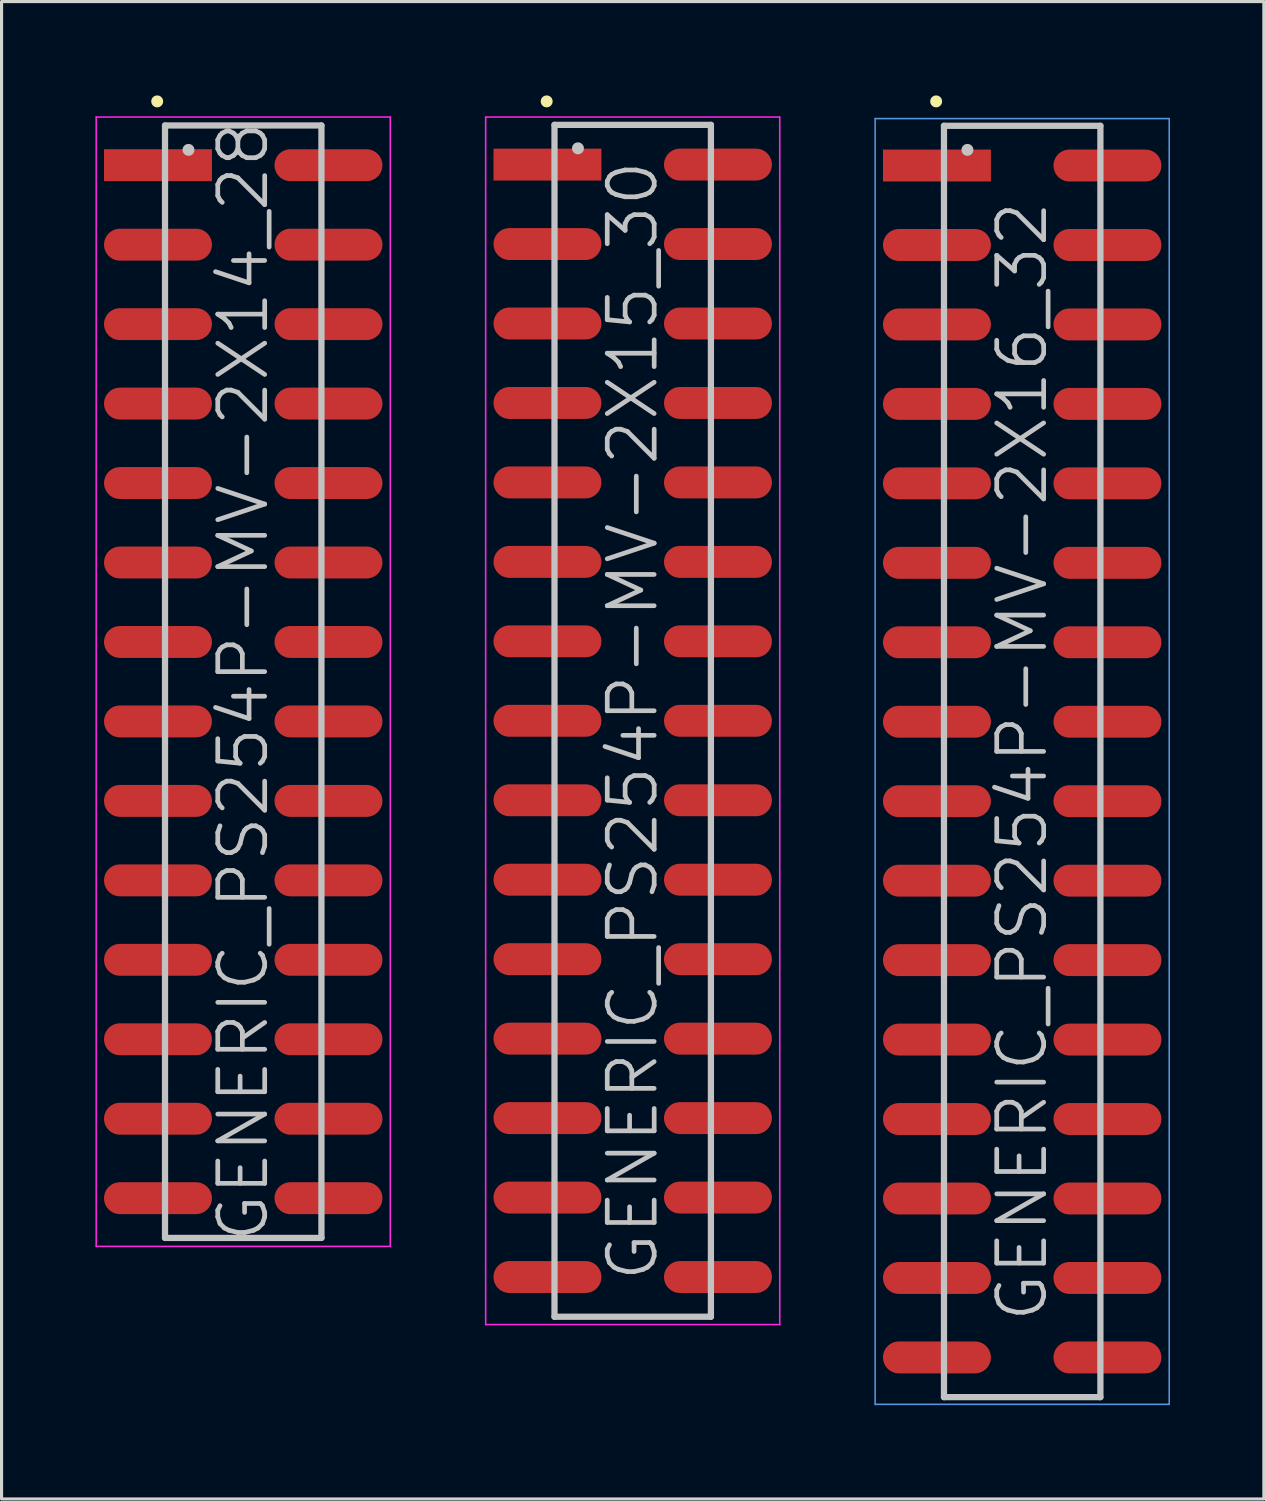
<source format=kicad_pcb>
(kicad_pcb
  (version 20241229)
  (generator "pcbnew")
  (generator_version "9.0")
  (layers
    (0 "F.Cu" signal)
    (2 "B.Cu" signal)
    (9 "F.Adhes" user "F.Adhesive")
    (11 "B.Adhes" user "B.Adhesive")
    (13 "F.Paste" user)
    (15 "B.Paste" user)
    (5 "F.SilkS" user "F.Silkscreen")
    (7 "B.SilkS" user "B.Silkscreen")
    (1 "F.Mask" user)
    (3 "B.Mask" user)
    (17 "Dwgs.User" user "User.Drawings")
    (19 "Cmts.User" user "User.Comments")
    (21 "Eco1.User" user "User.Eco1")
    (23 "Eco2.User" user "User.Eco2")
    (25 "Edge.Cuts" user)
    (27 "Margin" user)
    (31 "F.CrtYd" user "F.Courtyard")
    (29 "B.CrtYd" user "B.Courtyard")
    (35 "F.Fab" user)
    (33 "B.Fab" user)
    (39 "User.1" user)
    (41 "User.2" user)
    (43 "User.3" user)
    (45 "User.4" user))
  (footprint "GENERIC_PS254P-MV-2X16_32"
    (layer "F.Cu")
    (at 29.625 21.291)
    (property "Reference" "GENERIC_PS254P-MV-2X16_32" (at 0 0 90) (layer "Dwgs.User") (effects (font (size 1.5 1.5) (thickness 0.15))))
    (attr smd)
    (fp_line (start -2.75 -21.1) (end -2.75 -21.1) (stroke (width 0.381) (type solid)) (layer "F.SilkS"))
    (fp_line (start -2.5 -20.32) (end -2.5 20.32) (stroke (width 0.2) (type solid)) (layer "Dwgs.User"))
    (fp_line (start -2.5 -20.32) (end 2.5 -20.32) (stroke (width 0.2) (type solid)) (layer "Dwgs.User"))
    (fp_line (start -2.5 20.32) (end 2.5 20.32) (stroke (width 0.2) (type solid)) (layer "Dwgs.User"))
    (fp_line (start -1.75 -19.55) (end -1.75 -19.55) (stroke (width 0.381) (type solid)) (layer "Dwgs.User"))
    (fp_line (start 2.5 -20.32) (end 2.5 20.32) (stroke (width 0.2) (type solid)) (layer "Dwgs.User"))
    (fp_line (start -4.7 -20.55) (end -4.7 20.55) (stroke (width 0.05) (type solid)) (layer "Cmts.User"))
    (fp_line (start -4.7 -20.55) (end 4.7 -20.55) (stroke (width 0.05) (type solid)) (layer "Cmts.User"))
    (fp_line (start -4.7 20.55) (end 4.7 20.55) (stroke (width 0.05) (type solid)) (layer "Cmts.User"))
    (fp_line (start 4.7 -20.55) (end 4.7 20.55) (stroke (width 0.05) (type solid)) (layer "Cmts.User"))
    (pad "1" smd rect (at -2.725 -19.05 270) (size 1.02 3.45) (layers "F.Cu" "F.Mask" "F.Paste"))
    (pad "2" smd oval (at 2.725 -19.05 270) (size 1.02 3.45) (layers "F.Cu" "F.Mask" "F.Paste"))
    (pad "3" smd oval (at -2.725 -16.51 270) (size 1.02 3.45) (layers "F.Cu" "F.Mask" "F.Paste"))
    (pad "4" smd oval (at 2.725 -16.51 270) (size 1.02 3.45) (layers "F.Cu" "F.Mask" "F.Paste"))
    (pad "5" smd oval (at -2.725 -13.97 270) (size 1.02 3.45) (layers "F.Cu" "F.Mask" "F.Paste"))
    (pad "6" smd oval (at 2.725 -13.97 270) (size 1.02 3.45) (layers "F.Cu" "F.Mask" "F.Paste"))
    (pad "7" smd oval (at -2.725 -11.43 270) (size 1.02 3.45) (layers "F.Cu" "F.Mask" "F.Paste"))
    (pad "8" smd oval (at 2.725 -11.43 270) (size 1.02 3.45) (layers "F.Cu" "F.Mask" "F.Paste"))
    (pad "9" smd oval (at -2.725 -8.89 270) (size 1.02 3.45) (layers "F.Cu" "F.Mask" "F.Paste"))
    (pad "10" smd oval (at 2.725 -8.89 270) (size 1.02 3.45) (layers "F.Cu" "F.Mask" "F.Paste"))
    (pad "11" smd oval (at -2.725 -6.35 270) (size 1.02 3.45) (layers "F.Cu" "F.Mask" "F.Paste"))
    (pad "12" smd oval (at 2.725 -6.35 270) (size 1.02 3.45) (layers "F.Cu" "F.Mask" "F.Paste"))
    (pad "13" smd oval (at -2.725 -3.81 270) (size 1.02 3.45) (layers "F.Cu" "F.Mask" "F.Paste"))
    (pad "14" smd oval (at 2.725 -3.81 270) (size 1.02 3.45) (layers "F.Cu" "F.Mask" "F.Paste"))
    (pad "15" smd oval (at -2.725 -1.27 270) (size 1.02 3.45) (layers "F.Cu" "F.Mask" "F.Paste"))
    (pad "16" smd oval (at 2.725 -1.27 270) (size 1.02 3.45) (layers "F.Cu" "F.Mask" "F.Paste"))
    (pad "17" smd oval (at -2.725 1.27 270) (size 1.02 3.45) (layers "F.Cu" "F.Mask" "F.Paste"))
    (pad "18" smd oval (at 2.725 1.27 270) (size 1.02 3.45) (layers "F.Cu" "F.Mask" "F.Paste"))
    (pad "19" smd oval (at -2.725 3.81 270) (size 1.02 3.45) (layers "F.Cu" "F.Mask" "F.Paste"))
    (pad "20" smd oval (at 2.725 3.81 270) (size 1.02 3.45) (layers "F.Cu" "F.Mask" "F.Paste"))
    (pad "21" smd oval (at -2.725 6.35 270) (size 1.02 3.45) (layers "F.Cu" "F.Mask" "F.Paste"))
    (pad "22" smd oval (at 2.725 6.35 270) (size 1.02 3.45) (layers "F.Cu" "F.Mask" "F.Paste"))
    (pad "23" smd oval (at -2.725 8.89 270) (size 1.02 3.45) (layers "F.Cu" "F.Mask" "F.Paste"))
    (pad "24" smd oval (at 2.725 8.89 270) (size 1.02 3.45) (layers "F.Cu" "F.Mask" "F.Paste"))
    (pad "25" smd oval (at -2.725 11.43 270) (size 1.02 3.45) (layers "F.Cu" "F.Mask" "F.Paste"))
    (pad "26" smd oval (at 2.725 11.43 270) (size 1.02 3.45) (layers "F.Cu" "F.Mask" "F.Paste"))
    (pad "27" smd oval (at -2.725 13.97 270) (size 1.02 3.45) (layers "F.Cu" "F.Mask" "F.Paste"))
    (pad "28" smd oval (at 2.725 13.97 270) (size 1.02 3.45) (layers "F.Cu" "F.Mask" "F.Paste"))
    (pad "29" smd oval (at -2.725 16.51 270) (size 1.02 3.45) (layers "F.Cu" "F.Mask" "F.Paste"))
    (pad "30" smd oval (at 2.725 16.51 270) (size 1.02 3.45) (layers "F.Cu" "F.Mask" "F.Paste"))
    (pad "31" smd oval (at -2.725 19.05 270) (size 1.02 3.45) (layers "F.Cu" "F.Mask" "F.Paste"))
    (pad "32" smd oval (at 2.725 19.05 270) (size 1.02 3.45) (layers "F.Cu" "F.Mask" "F.Paste")))
  (footprint "GENERIC_PS254P-MV-2X14_28"
    (layer "F.Cu")
    (at 4.725 18.741)
    (property "Reference" "GENERIC_PS254P-MV-2X14_28" (at 0 0 90) (layer "Dwgs.User") (effects (font (size 1.5 1.5) (thickness 0.15))))
    (attr smd)
    (fp_line (start -2.75 -18.55) (end -2.75 -18.55) (stroke (width 0.381) (type solid)) (layer "F.SilkS"))
    (fp_line (start -2.5 -17.78) (end -2.5 17.78) (stroke (width 0.2) (type solid)) (layer "Dwgs.User"))
    (fp_line (start -2.5 -17.78) (end 2.5 -17.78) (stroke (width 0.2) (type solid)) (layer "Dwgs.User"))
    (fp_line (start -2.5 17.78) (end 2.5 17.78) (stroke (width 0.2) (type solid)) (layer "Dwgs.User"))
    (fp_line (start -1.75 -17) (end -1.75 -17) (stroke (width 0.381) (type solid)) (layer "Dwgs.User"))
    (fp_line (start 2.5 -17.78) (end 2.5 17.78) (stroke (width 0.2) (type solid)) (layer "Dwgs.User"))
    (fp_line (start -4.7 -18.05) (end -4.7 18.05) (stroke (width 0.05) (type solid)) (layer "F.CrtYd"))
    (fp_line (start -4.7 -18.05) (end 4.7 -18.05) (stroke (width 0.05) (type solid)) (layer "F.CrtYd"))
    (fp_line (start -4.7 18.05) (end 4.7 18.05) (stroke (width 0.05) (type solid)) (layer "F.CrtYd"))
    (fp_line (start 4.7 -18.05) (end 4.7 18.05) (stroke (width 0.05) (type solid)) (layer "F.CrtYd"))
    (pad "1" smd rect (at -2.725 -16.51 270) (size 1.02 3.45) (layers "F.Cu" "F.Mask" "F.Paste"))
    (pad "2" smd oval (at 2.725 -16.51 270) (size 1.02 3.45) (layers "F.Cu" "F.Mask" "F.Paste"))
    (pad "3" smd oval (at -2.725 -13.97 270) (size 1.02 3.45) (layers "F.Cu" "F.Mask" "F.Paste"))
    (pad "4" smd oval (at 2.725 -13.97 270) (size 1.02 3.45) (layers "F.Cu" "F.Mask" "F.Paste"))
    (pad "5" smd oval (at -2.725 -11.43 270) (size 1.02 3.45) (layers "F.Cu" "F.Mask" "F.Paste"))
    (pad "6" smd oval (at 2.725 -11.43 270) (size 1.02 3.45) (layers "F.Cu" "F.Mask" "F.Paste"))
    (pad "7" smd oval (at -2.725 -8.89 270) (size 1.02 3.45) (layers "F.Cu" "F.Mask" "F.Paste"))
    (pad "8" smd oval (at 2.725 -8.89 270) (size 1.02 3.45) (layers "F.Cu" "F.Mask" "F.Paste"))
    (pad "9" smd oval (at -2.725 -6.35 270) (size 1.02 3.45) (layers "F.Cu" "F.Mask" "F.Paste"))
    (pad "10" smd oval (at 2.725 -6.35 270) (size 1.02 3.45) (layers "F.Cu" "F.Mask" "F.Paste"))
    (pad "11" smd oval (at -2.725 -3.81 270) (size 1.02 3.45) (layers "F.Cu" "F.Mask" "F.Paste"))
    (pad "12" smd oval (at 2.725 -3.81 270) (size 1.02 3.45) (layers "F.Cu" "F.Mask" "F.Paste"))
    (pad "13" smd oval (at -2.725 -1.27 270) (size 1.02 3.45) (layers "F.Cu" "F.Mask" "F.Paste"))
    (pad "14" smd oval (at 2.725 -1.27 270) (size 1.02 3.45) (layers "F.Cu" "F.Mask" "F.Paste"))
    (pad "15" smd oval (at -2.725 1.27 270) (size 1.02 3.45) (layers "F.Cu" "F.Mask" "F.Paste"))
    (pad "16" smd oval (at 2.725 1.27 270) (size 1.02 3.45) (layers "F.Cu" "F.Mask" "F.Paste"))
    (pad "17" smd oval (at -2.725 3.81 270) (size 1.02 3.45) (layers "F.Cu" "F.Mask" "F.Paste"))
    (pad "18" smd oval (at 2.725 3.81 270) (size 1.02 3.45) (layers "F.Cu" "F.Mask" "F.Paste"))
    (pad "19" smd oval (at -2.725 6.35 270) (size 1.02 3.45) (layers "F.Cu" "F.Mask" "F.Paste"))
    (pad "20" smd oval (at 2.725 6.35 270) (size 1.02 3.45) (layers "F.Cu" "F.Mask" "F.Paste"))
    (pad "21" smd oval (at -2.725 8.89 270) (size 1.02 3.45) (layers "F.Cu" "F.Mask" "F.Paste"))
    (pad "22" smd oval (at 2.725 8.89 270) (size 1.02 3.45) (layers "F.Cu" "F.Mask" "F.Paste"))
    (pad "23" smd oval (at -2.725 11.43 270) (size 1.02 3.45) (layers "F.Cu" "F.Mask" "F.Paste"))
    (pad "24" smd oval (at 2.725 11.43 270) (size 1.02 3.45) (layers "F.Cu" "F.Mask" "F.Paste"))
    (pad "25" smd oval (at -2.725 13.97 270) (size 1.02 3.45) (layers "F.Cu" "F.Mask" "F.Paste"))
    (pad "26" smd oval (at 2.725 13.97 270) (size 1.02 3.45) (layers "F.Cu" "F.Mask" "F.Paste"))
    (pad "27" smd oval (at -2.725 16.51 270) (size 1.02 3.45) (layers "F.Cu" "F.Mask" "F.Paste"))
    (pad "28" smd oval (at 2.725 16.51 270) (size 1.02 3.45) (layers "F.Cu" "F.Mask" "F.Paste")))
  (footprint "GENERIC_PS254P-MV-2X15_30"
    (layer "F.Cu")
    (at 17.175 19.991)
    (property "Reference" "GENERIC_PS254P-MV-2X15_30" (at 0 0 90) (layer "Dwgs.User") (effects (font (size 1.5 1.5) (thickness 0.15))))
    (attr smd)
    (fp_line (start -2.75 -19.8) (end -2.75 -19.8) (stroke (width 0.381) (type solid)) (layer "F.SilkS"))
    (fp_line (start -2.5 -19.05) (end -2.5 19.05) (stroke (width 0.2) (type solid)) (layer "Dwgs.User"))
    (fp_line (start -2.5 -19.05) (end 2.5 -19.05) (stroke (width 0.2) (type solid)) (layer "Dwgs.User"))
    (fp_line (start -2.5 19.05) (end 2.5 19.05) (stroke (width 0.2) (type solid)) (layer "Dwgs.User"))
    (fp_line (start -1.75 -18.3) (end -1.75 -18.3) (stroke (width 0.381) (type solid)) (layer "Dwgs.User"))
    (fp_line (start 2.5 -19.05) (end 2.5 19.05) (stroke (width 0.2) (type solid)) (layer "Dwgs.User"))
    (fp_line (start -4.7 -19.3) (end -4.7 19.3) (stroke (width 0.05) (type solid)) (layer "F.CrtYd"))
    (fp_line (start -4.7 -19.3) (end 4.7 -19.3) (stroke (width 0.05) (type solid)) (layer "F.CrtYd"))
    (fp_line (start -4.7 19.3) (end 4.7 19.3) (stroke (width 0.05) (type solid)) (layer "F.CrtYd"))
    (fp_line (start 4.7 -19.3) (end 4.7 19.3) (stroke (width 0.05) (type solid)) (layer "F.CrtYd"))
    (pad "1" smd rect (at -2.725 -17.78 270) (size 1.02 3.45) (layers "F.Cu" "F.Mask" "F.Paste"))
    (pad "2" smd oval (at 2.725 -17.78 270) (size 1.02 3.45) (layers "F.Cu" "F.Mask" "F.Paste"))
    (pad "3" smd oval (at -2.725 -15.24 270) (size 1.02 3.45) (layers "F.Cu" "F.Mask" "F.Paste"))
    (pad "4" smd oval (at 2.725 -15.24 270) (size 1.02 3.45) (layers "F.Cu" "F.Mask" "F.Paste"))
    (pad "5" smd oval (at -2.725 -12.7 270) (size 1.02 3.45) (layers "F.Cu" "F.Mask" "F.Paste"))
    (pad "6" smd oval (at 2.725 -12.7 270) (size 1.02 3.45) (layers "F.Cu" "F.Mask" "F.Paste"))
    (pad "7" smd oval (at -2.725 -10.16 270) (size 1.02 3.45) (layers "F.Cu" "F.Mask" "F.Paste"))
    (pad "8" smd oval (at 2.725 -10.16 270) (size 1.02 3.45) (layers "F.Cu" "F.Mask" "F.Paste"))
    (pad "9" smd oval (at -2.725 -7.62 270) (size 1.02 3.45) (layers "F.Cu" "F.Mask" "F.Paste"))
    (pad "10" smd oval (at 2.725 -7.62 270) (size 1.02 3.45) (layers "F.Cu" "F.Mask" "F.Paste"))
    (pad "11" smd oval (at -2.725 -5.08 270) (size 1.02 3.45) (layers "F.Cu" "F.Mask" "F.Paste"))
    (pad "12" smd oval (at 2.725 -5.08 270) (size 1.02 3.45) (layers "F.Cu" "F.Mask" "F.Paste"))
    (pad "13" smd oval (at -2.725 -2.54 270) (size 1.02 3.45) (layers "F.Cu" "F.Mask" "F.Paste"))
    (pad "14" smd oval (at 2.725 -2.54 270) (size 1.02 3.45) (layers "F.Cu" "F.Mask" "F.Paste"))
    (pad "15" smd oval (at -2.725 0 270) (size 1.02 3.45) (layers "F.Cu" "F.Mask" "F.Paste"))
    (pad "16" smd oval (at 2.725 0 270) (size 1.02 3.45) (layers "F.Cu" "F.Mask" "F.Paste"))
    (pad "17" smd oval (at -2.725 2.54 270) (size 1.02 3.45) (layers "F.Cu" "F.Mask" "F.Paste"))
    (pad "18" smd oval (at 2.725 2.54 270) (size 1.02 3.45) (layers "F.Cu" "F.Mask" "F.Paste"))
    (pad "19" smd oval (at -2.725 5.08 270) (size 1.02 3.45) (layers "F.Cu" "F.Mask" "F.Paste"))
    (pad "20" smd oval (at 2.725 5.08 270) (size 1.02 3.45) (layers "F.Cu" "F.Mask" "F.Paste"))
    (pad "21" smd oval (at -2.725 7.62 270) (size 1.02 3.45) (layers "F.Cu" "F.Mask" "F.Paste"))
    (pad "22" smd oval (at 2.725 7.62 270) (size 1.02 3.45) (layers "F.Cu" "F.Mask" "F.Paste"))
    (pad "23" smd oval (at -2.725 10.16 270) (size 1.02 3.45) (layers "F.Cu" "F.Mask" "F.Paste"))
    (pad "24" smd oval (at 2.725 10.16 270) (size 1.02 3.45) (layers "F.Cu" "F.Mask" "F.Paste"))
    (pad "25" smd oval (at -2.725 12.7 270) (size 1.02 3.45) (layers "F.Cu" "F.Mask" "F.Paste"))
    (pad "26" smd oval (at 2.725 12.7 270) (size 1.02 3.45) (layers "F.Cu" "F.Mask" "F.Paste"))
    (pad "27" smd oval (at -2.725 15.24 270) (size 1.02 3.45) (layers "F.Cu" "F.Mask" "F.Paste"))
    (pad "28" smd oval (at 2.725 15.24 270) (size 1.02 3.45) (layers "F.Cu" "F.Mask" "F.Paste"))
    (pad "29" smd oval (at -2.725 17.78 270) (size 1.02 3.45) (layers "F.Cu" "F.Mask" "F.Paste"))
    (pad "30" smd oval (at 2.725 17.78 270) (size 1.02 3.45) (layers "F.Cu" "F.Mask" "F.Paste")))
  (gr_rect
    (start -3 -3)
    (end 37.35 44.865)
    (stroke (width 0.1) (type default))
    (fill no)
    (layer "Edge.Cuts")))
</source>
